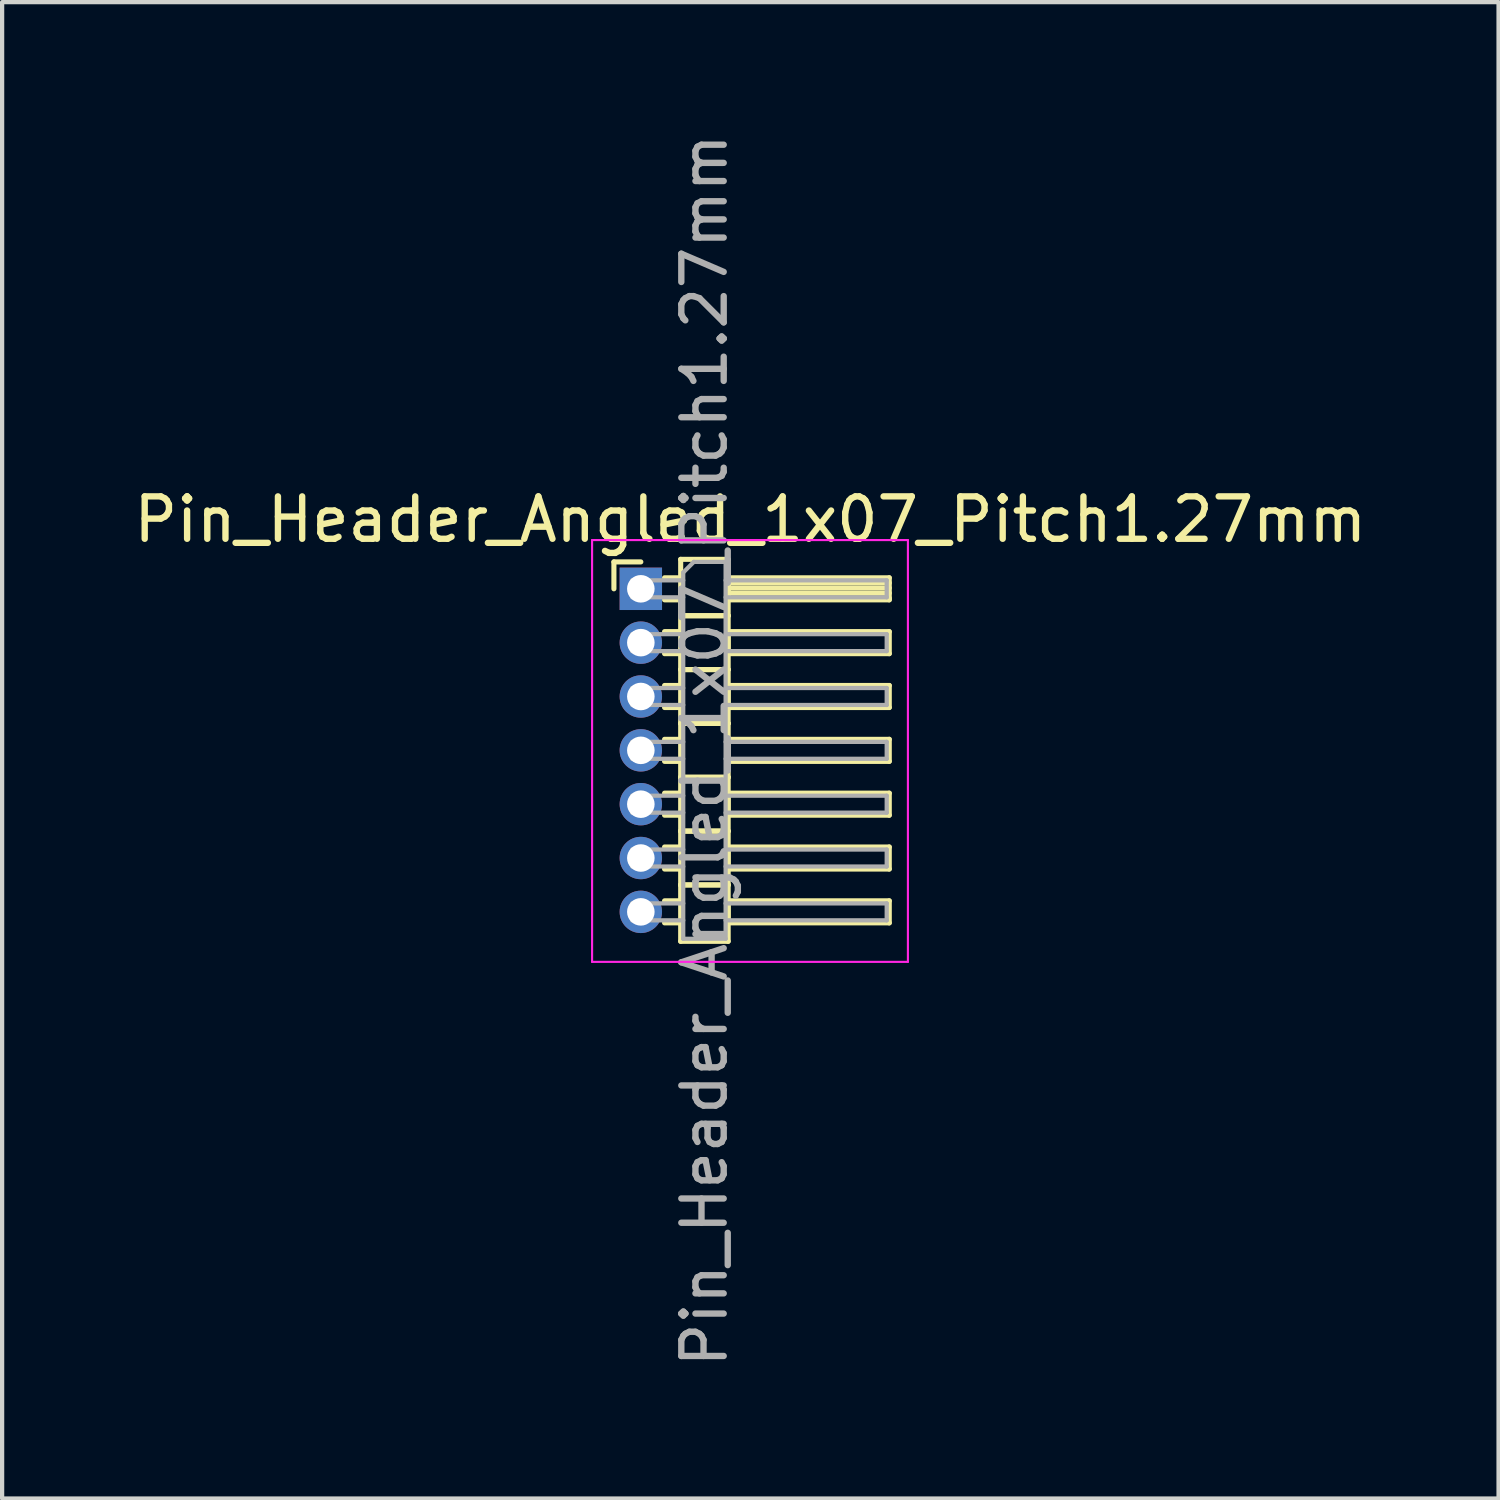
<source format=kicad_pcb>
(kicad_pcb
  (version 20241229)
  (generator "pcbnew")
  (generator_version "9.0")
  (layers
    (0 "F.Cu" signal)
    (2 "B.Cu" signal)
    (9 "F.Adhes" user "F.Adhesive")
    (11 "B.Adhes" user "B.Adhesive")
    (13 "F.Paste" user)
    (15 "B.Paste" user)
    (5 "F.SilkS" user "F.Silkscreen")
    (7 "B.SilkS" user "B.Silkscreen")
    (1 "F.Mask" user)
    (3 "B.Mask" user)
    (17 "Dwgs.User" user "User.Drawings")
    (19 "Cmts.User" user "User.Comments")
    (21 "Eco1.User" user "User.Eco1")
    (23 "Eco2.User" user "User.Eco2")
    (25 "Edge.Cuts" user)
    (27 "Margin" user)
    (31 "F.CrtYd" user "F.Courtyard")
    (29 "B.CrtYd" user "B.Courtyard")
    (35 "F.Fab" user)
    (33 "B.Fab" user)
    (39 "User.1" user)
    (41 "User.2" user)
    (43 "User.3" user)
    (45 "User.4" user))
  (footprint "Pin_Header_Angled_1x07_Pitch1.27mm"
    (layer "F.Cu")
    (at 12.066 10.839)
    (property "Reference" "Pin_Header_Angled_1x07_Pitch1.27mm" (at 2.583 -1.635 0) (layer "F.SilkS") (effects (font (size 1 1) (thickness 0.15))))
    (attr through_hole)
    (fp_line (start -0.635 -0.635) (end 0 -0.635) (stroke (width 0.12) (type solid)) (layer "F.SilkS"))
    (fp_line (start -0.635 0) (end -0.635 -0.635) (stroke (width 0.12) (type solid)) (layer "F.SilkS"))
    (fp_line (start 0.56 -0.26) (end 0.94 -0.26) (stroke (width 0.12) (type solid)) (layer "F.SilkS"))
    (fp_line (start 0.56 0.26) (end 0.94 0.26) (stroke (width 0.12) (type solid)) (layer "F.SilkS"))
    (fp_line (start 0.56 1.01) (end 0.94 1.01) (stroke (width 0.12) (type solid)) (layer "F.SilkS"))
    (fp_line (start 0.56 1.53) (end 0.94 1.53) (stroke (width 0.12) (type solid)) (layer "F.SilkS"))
    (fp_line (start 0.56 2.28) (end 0.94 2.28) (stroke (width 0.12) (type solid)) (layer "F.SilkS"))
    (fp_line (start 0.56 2.8) (end 0.94 2.8) (stroke (width 0.12) (type solid)) (layer "F.SilkS"))
    (fp_line (start 0.56 3.55) (end 0.94 3.55) (stroke (width 0.12) (type solid)) (layer "F.SilkS"))
    (fp_line (start 0.56 4.07) (end 0.94 4.07) (stroke (width 0.12) (type solid)) (layer "F.SilkS"))
    (fp_line (start 0.56 4.82) (end 0.94 4.82) (stroke (width 0.12) (type solid)) (layer "F.SilkS"))
    (fp_line (start 0.56 5.34) (end 0.94 5.34) (stroke (width 0.12) (type solid)) (layer "F.SilkS"))
    (fp_line (start 0.56 6.09) (end 0.94 6.09) (stroke (width 0.12) (type solid)) (layer "F.SilkS"))
    (fp_line (start 0.56 6.61) (end 0.94 6.61) (stroke (width 0.12) (type solid)) (layer "F.SilkS"))
    (fp_line (start 0.56 7.36) (end 0.94 7.36) (stroke (width 0.12) (type solid)) (layer "F.SilkS"))
    (fp_line (start 0.56 7.88) (end 0.94 7.88) (stroke (width 0.12) (type solid)) (layer "F.SilkS"))
    (fp_line (start 0.94 -0.695) (end 0.94 0.635) (stroke (width 0.12) (type solid)) (layer "F.SilkS"))
    (fp_line (start 0.94 0.635) (end 0.94 1.905) (stroke (width 0.12) (type solid)) (layer "F.SilkS"))
    (fp_line (start 0.94 0.635) (end 2.06 0.635) (stroke (width 0.12) (type solid)) (layer "F.SilkS"))
    (fp_line (start 0.94 1.905) (end 0.94 3.175) (stroke (width 0.12) (type solid)) (layer "F.SilkS"))
    (fp_line (start 0.94 1.905) (end 2.06 1.905) (stroke (width 0.12) (type solid)) (layer "F.SilkS"))
    (fp_line (start 0.94 3.175) (end 0.94 4.445) (stroke (width 0.12) (type solid)) (layer "F.SilkS"))
    (fp_line (start 0.94 3.175) (end 2.06 3.175) (stroke (width 0.12) (type solid)) (layer "F.SilkS"))
    (fp_line (start 0.94 4.445) (end 0.94 5.715) (stroke (width 0.12) (type solid)) (layer "F.SilkS"))
    (fp_line (start 0.94 4.445) (end 2.06 4.445) (stroke (width 0.12) (type solid)) (layer "F.SilkS"))
    (fp_line (start 0.94 5.715) (end 0.94 6.985) (stroke (width 0.12) (type solid)) (layer "F.SilkS"))
    (fp_line (start 0.94 5.715) (end 2.06 5.715) (stroke (width 0.12) (type solid)) (layer "F.SilkS"))
    (fp_line (start 0.94 6.985) (end 0.94 8.315) (stroke (width 0.12) (type solid)) (layer "F.SilkS"))
    (fp_line (start 0.94 6.985) (end 2.06 6.985) (stroke (width 0.12) (type solid)) (layer "F.SilkS"))
    (fp_line (start 0.94 8.315) (end 2.06 8.315) (stroke (width 0.12) (type solid)) (layer "F.SilkS"))
    (fp_line (start 2.06 -0.695) (end 0.94 -0.695) (stroke (width 0.12) (type solid)) (layer "F.SilkS"))
    (fp_line (start 2.06 -0.26) (end 2.06 0.26) (stroke (width 0.12) (type solid)) (layer "F.SilkS"))
    (fp_line (start 2.06 -0.14) (end 5.86 -0.14) (stroke (width 0.12) (type solid)) (layer "F.SilkS"))
    (fp_line (start 2.06 -0.02) (end 5.86 -0.02) (stroke (width 0.12) (type solid)) (layer "F.SilkS"))
    (fp_line (start 2.06 0.1) (end 5.86 0.1) (stroke (width 0.12) (type solid)) (layer "F.SilkS"))
    (fp_line (start 2.06 0.22) (end 5.86 0.22) (stroke (width 0.12) (type solid)) (layer "F.SilkS"))
    (fp_line (start 2.06 0.26) (end 5.86 0.26) (stroke (width 0.12) (type solid)) (layer "F.SilkS"))
    (fp_line (start 2.06 0.635) (end 0.94 0.635) (stroke (width 0.12) (type solid)) (layer "F.SilkS"))
    (fp_line (start 2.06 0.635) (end 2.06 -0.695) (stroke (width 0.12) (type solid)) (layer "F.SilkS"))
    (fp_line (start 2.06 1.01) (end 2.06 1.53) (stroke (width 0.12) (type solid)) (layer "F.SilkS"))
    (fp_line (start 2.06 1.53) (end 5.86 1.53) (stroke (width 0.12) (type solid)) (layer "F.SilkS"))
    (fp_line (start 2.06 1.905) (end 0.94 1.905) (stroke (width 0.12) (type solid)) (layer "F.SilkS"))
    (fp_line (start 2.06 1.905) (end 2.06 0.635) (stroke (width 0.12) (type solid)) (layer "F.SilkS"))
    (fp_line (start 2.06 2.28) (end 2.06 2.8) (stroke (width 0.12) (type solid)) (layer "F.SilkS"))
    (fp_line (start 2.06 2.8) (end 5.86 2.8) (stroke (width 0.12) (type solid)) (layer "F.SilkS"))
    (fp_line (start 2.06 3.175) (end 0.94 3.175) (stroke (width 0.12) (type solid)) (layer "F.SilkS"))
    (fp_line (start 2.06 3.175) (end 2.06 1.905) (stroke (width 0.12) (type solid)) (layer "F.SilkS"))
    (fp_line (start 2.06 3.55) (end 2.06 4.07) (stroke (width 0.12) (type solid)) (layer "F.SilkS"))
    (fp_line (start 2.06 4.07) (end 5.86 4.07) (stroke (width 0.12) (type solid)) (layer "F.SilkS"))
    (fp_line (start 2.06 4.445) (end 0.94 4.445) (stroke (width 0.12) (type solid)) (layer "F.SilkS"))
    (fp_line (start 2.06 4.445) (end 2.06 3.175) (stroke (width 0.12) (type solid)) (layer "F.SilkS"))
    (fp_line (start 2.06 4.82) (end 2.06 5.34) (stroke (width 0.12) (type solid)) (layer "F.SilkS"))
    (fp_line (start 2.06 5.34) (end 5.86 5.34) (stroke (width 0.12) (type solid)) (layer "F.SilkS"))
    (fp_line (start 2.06 5.715) (end 0.94 5.715) (stroke (width 0.12) (type solid)) (layer "F.SilkS"))
    (fp_line (start 2.06 5.715) (end 2.06 4.445) (stroke (width 0.12) (type solid)) (layer "F.SilkS"))
    (fp_line (start 2.06 6.09) (end 2.06 6.61) (stroke (width 0.12) (type solid)) (layer "F.SilkS"))
    (fp_line (start 2.06 6.61) (end 5.86 6.61) (stroke (width 0.12) (type solid)) (layer "F.SilkS"))
    (fp_line (start 2.06 6.985) (end 0.94 6.985) (stroke (width 0.12) (type solid)) (layer "F.SilkS"))
    (fp_line (start 2.06 6.985) (end 2.06 5.715) (stroke (width 0.12) (type solid)) (layer "F.SilkS"))
    (fp_line (start 2.06 7.36) (end 2.06 7.88) (stroke (width 0.12) (type solid)) (layer "F.SilkS"))
    (fp_line (start 2.06 7.88) (end 5.86 7.88) (stroke (width 0.12) (type solid)) (layer "F.SilkS"))
    (fp_line (start 2.06 8.315) (end 2.06 6.985) (stroke (width 0.12) (type solid)) (layer "F.SilkS"))
    (fp_line (start 5.86 -0.26) (end 2.06 -0.26) (stroke (width 0.12) (type solid)) (layer "F.SilkS"))
    (fp_line (start 5.86 0.26) (end 5.86 -0.26) (stroke (width 0.12) (type solid)) (layer "F.SilkS"))
    (fp_line (start 5.86 1.01) (end 2.06 1.01) (stroke (width 0.12) (type solid)) (layer "F.SilkS"))
    (fp_line (start 5.86 1.53) (end 5.86 1.01) (stroke (width 0.12) (type solid)) (layer "F.SilkS"))
    (fp_line (start 5.86 2.28) (end 2.06 2.28) (stroke (width 0.12) (type solid)) (layer "F.SilkS"))
    (fp_line (start 5.86 2.8) (end 5.86 2.28) (stroke (width 0.12) (type solid)) (layer "F.SilkS"))
    (fp_line (start 5.86 3.55) (end 2.06 3.55) (stroke (width 0.12) (type solid)) (layer "F.SilkS"))
    (fp_line (start 5.86 4.07) (end 5.86 3.55) (stroke (width 0.12) (type solid)) (layer "F.SilkS"))
    (fp_line (start 5.86 4.82) (end 2.06 4.82) (stroke (width 0.12) (type solid)) (layer "F.SilkS"))
    (fp_line (start 5.86 5.34) (end 5.86 4.82) (stroke (width 0.12) (type solid)) (layer "F.SilkS"))
    (fp_line (start 5.86 6.09) (end 2.06 6.09) (stroke (width 0.12) (type solid)) (layer "F.SilkS"))
    (fp_line (start 5.86 6.61) (end 5.86 6.09) (stroke (width 0.12) (type solid)) (layer "F.SilkS"))
    (fp_line (start 5.86 7.36) (end 2.06 7.36) (stroke (width 0.12) (type solid)) (layer "F.SilkS"))
    (fp_line (start 5.86 7.88) (end 5.86 7.36) (stroke (width 0.12) (type solid)) (layer "F.SilkS"))
    (fp_line (start -1.15 -1.15) (end -1.15 8.8) (stroke (width 0.05) (type solid)) (layer "F.CrtYd"))
    (fp_line (start -1.15 8.8) (end 6.3 8.8) (stroke (width 0.05) (type solid)) (layer "F.CrtYd"))
    (fp_line (start 6.3 -1.15) (end -1.15 -1.15) (stroke (width 0.05) (type solid)) (layer "F.CrtYd"))
    (fp_line (start 6.3 8.8) (end 6.3 -1.15) (stroke (width 0.05) (type solid)) (layer "F.CrtYd"))
    (fp_line (start -0.2 -0.2) (end -0.2 0.2) (stroke (width 0.1) (type solid)) (layer "F.Fab"))
    (fp_line (start -0.2 -0.2) (end 1 -0.2) (stroke (width 0.1) (type solid)) (layer "F.Fab"))
    (fp_line (start -0.2 0.2) (end 1 0.2) (stroke (width 0.1) (type solid)) (layer "F.Fab"))
    (fp_line (start -0.2 1.07) (end -0.2 1.47) (stroke (width 0.1) (type solid)) (layer "F.Fab"))
    (fp_line (start -0.2 1.07) (end 1 1.07) (stroke (width 0.1) (type solid)) (layer "F.Fab"))
    (fp_line (start -0.2 1.47) (end 1 1.47) (stroke (width 0.1) (type solid)) (layer "F.Fab"))
    (fp_line (start -0.2 2.34) (end -0.2 2.74) (stroke (width 0.1) (type solid)) (layer "F.Fab"))
    (fp_line (start -0.2 2.34) (end 1 2.34) (stroke (width 0.1) (type solid)) (layer "F.Fab"))
    (fp_line (start -0.2 2.74) (end 1 2.74) (stroke (width 0.1) (type solid)) (layer "F.Fab"))
    (fp_line (start -0.2 3.61) (end -0.2 4.01) (stroke (width 0.1) (type solid)) (layer "F.Fab"))
    (fp_line (start -0.2 3.61) (end 1 3.61) (stroke (width 0.1) (type solid)) (layer "F.Fab"))
    (fp_line (start -0.2 4.01) (end 1 4.01) (stroke (width 0.1) (type solid)) (layer "F.Fab"))
    (fp_line (start -0.2 4.88) (end -0.2 5.28) (stroke (width 0.1) (type solid)) (layer "F.Fab"))
    (fp_line (start -0.2 4.88) (end 1 4.88) (stroke (width 0.1) (type solid)) (layer "F.Fab"))
    (fp_line (start -0.2 5.28) (end 1 5.28) (stroke (width 0.1) (type solid)) (layer "F.Fab"))
    (fp_line (start -0.2 6.15) (end -0.2 6.55) (stroke (width 0.1) (type solid)) (layer "F.Fab"))
    (fp_line (start -0.2 6.15) (end 1 6.15) (stroke (width 0.1) (type solid)) (layer "F.Fab"))
    (fp_line (start -0.2 6.55) (end 1 6.55) (stroke (width 0.1) (type solid)) (layer "F.Fab"))
    (fp_line (start -0.2 7.42) (end -0.2 7.82) (stroke (width 0.1) (type solid)) (layer "F.Fab"))
    (fp_line (start -0.2 7.42) (end 1 7.42) (stroke (width 0.1) (type solid)) (layer "F.Fab"))
    (fp_line (start -0.2 7.82) (end 1 7.82) (stroke (width 0.1) (type solid)) (layer "F.Fab"))
    (fp_line (start 1 -0.385) (end 1.25 -0.635) (stroke (width 0.1) (type solid)) (layer "F.Fab"))
    (fp_line (start 1 8.255) (end 1 -0.385) (stroke (width 0.1) (type solid)) (layer "F.Fab"))
    (fp_line (start 1.25 -0.635) (end 2 -0.635) (stroke (width 0.1) (type solid)) (layer "F.Fab"))
    (fp_line (start 2 -0.635) (end 2 8.255) (stroke (width 0.1) (type solid)) (layer "F.Fab"))
    (fp_line (start 2 -0.2) (end 5.8 -0.2) (stroke (width 0.1) (type solid)) (layer "F.Fab"))
    (fp_line (start 2 0.2) (end 5.8 0.2) (stroke (width 0.1) (type solid)) (layer "F.Fab"))
    (fp_line (start 2 1.07) (end 5.8 1.07) (stroke (width 0.1) (type solid)) (layer "F.Fab"))
    (fp_line (start 2 1.47) (end 5.8 1.47) (stroke (width 0.1) (type solid)) (layer "F.Fab"))
    (fp_line (start 2 2.34) (end 5.8 2.34) (stroke (width 0.1) (type solid)) (layer "F.Fab"))
    (fp_line (start 2 2.74) (end 5.8 2.74) (stroke (width 0.1) (type solid)) (layer "F.Fab"))
    (fp_line (start 2 3.61) (end 5.8 3.61) (stroke (width 0.1) (type solid)) (layer "F.Fab"))
    (fp_line (start 2 4.01) (end 5.8 4.01) (stroke (width 0.1) (type solid)) (layer "F.Fab"))
    (fp_line (start 2 4.88) (end 5.8 4.88) (stroke (width 0.1) (type solid)) (layer "F.Fab"))
    (fp_line (start 2 5.28) (end 5.8 5.28) (stroke (width 0.1) (type solid)) (layer "F.Fab"))
    (fp_line (start 2 6.15) (end 5.8 6.15) (stroke (width 0.1) (type solid)) (layer "F.Fab"))
    (fp_line (start 2 6.55) (end 5.8 6.55) (stroke (width 0.1) (type solid)) (layer "F.Fab"))
    (fp_line (start 2 7.42) (end 5.8 7.42) (stroke (width 0.1) (type solid)) (layer "F.Fab"))
    (fp_line (start 2 7.82) (end 5.8 7.82) (stroke (width 0.1) (type solid)) (layer "F.Fab"))
    (fp_line (start 2 8.255) (end 1 8.255) (stroke (width 0.1) (type solid)) (layer "F.Fab"))
    (fp_line (start 5.8 -0.2) (end 5.8 0.2) (stroke (width 0.1) (type solid)) (layer "F.Fab"))
    (fp_line (start 5.8 1.07) (end 5.8 1.47) (stroke (width 0.1) (type solid)) (layer "F.Fab"))
    (fp_line (start 5.8 2.34) (end 5.8 2.74) (stroke (width 0.1) (type solid)) (layer "F.Fab"))
    (fp_line (start 5.8 3.61) (end 5.8 4.01) (stroke (width 0.1) (type solid)) (layer "F.Fab"))
    (fp_line (start 5.8 4.88) (end 5.8 5.28) (stroke (width 0.1) (type solid)) (layer "F.Fab"))
    (fp_line (start 5.8 6.15) (end 5.8 6.55) (stroke (width 0.1) (type solid)) (layer "F.Fab"))
    (fp_line (start 5.8 7.42) (end 5.8 7.82) (stroke (width 0.1) (type solid)) (layer "F.Fab"))
    (fp_text user "${REFERENCE}" (at 1.5 3.81 90) (layer "F.Fab") (effects (font (size 1 1) (thickness 0.15))))
    (pad "1" thru_hole rect (at 0 0) (size 1 1) (drill 0.65) (layers "*.Cu" "*.Mask"))
    (pad "2" thru_hole oval (at 0 1.27) (size 1 1) (drill 0.65) (layers "*.Cu" "*.Mask"))
    (pad "3" thru_hole oval (at 0 2.54) (size 1 1) (drill 0.65) (layers "*.Cu" "*.Mask"))
    (pad "4" thru_hole oval (at 0 3.81) (size 1 1) (drill 0.65) (layers "*.Cu" "*.Mask"))
    (pad "5" thru_hole oval (at 0 5.08) (size 1 1) (drill 0.65) (layers "*.Cu" "*.Mask"))
    (pad "6" thru_hole oval (at 0 6.35) (size 1 1) (drill 0.65) (layers "*.Cu" "*.Mask"))
    (pad "7" thru_hole oval (at 0 7.62) (size 1 1) (drill 0.65) (layers "*.Cu" "*.Mask")))
  (gr_rect
    (start -3 -3)
    (end 32.298 32.298)
    (stroke (width 0.1) (type default))
    (fill no)
    (layer "Edge.Cuts")))
</source>
